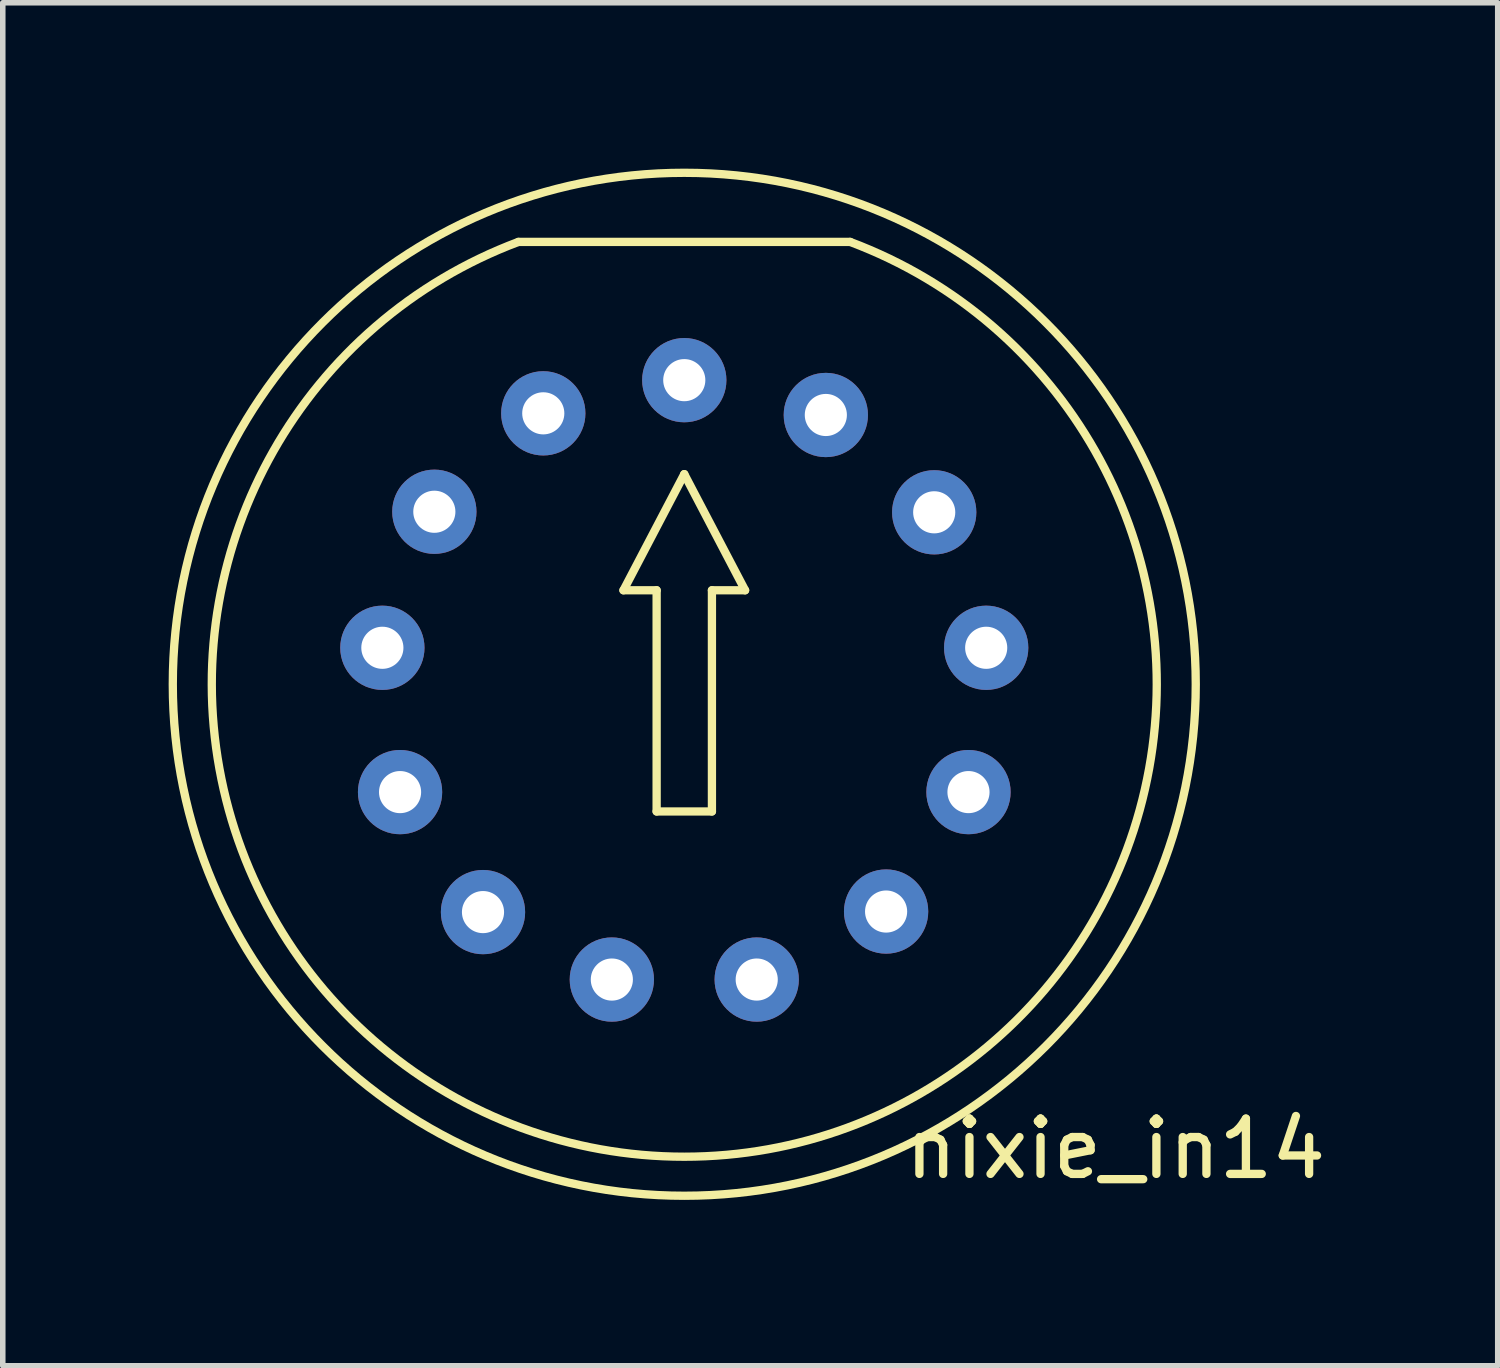
<source format=kicad_pcb>
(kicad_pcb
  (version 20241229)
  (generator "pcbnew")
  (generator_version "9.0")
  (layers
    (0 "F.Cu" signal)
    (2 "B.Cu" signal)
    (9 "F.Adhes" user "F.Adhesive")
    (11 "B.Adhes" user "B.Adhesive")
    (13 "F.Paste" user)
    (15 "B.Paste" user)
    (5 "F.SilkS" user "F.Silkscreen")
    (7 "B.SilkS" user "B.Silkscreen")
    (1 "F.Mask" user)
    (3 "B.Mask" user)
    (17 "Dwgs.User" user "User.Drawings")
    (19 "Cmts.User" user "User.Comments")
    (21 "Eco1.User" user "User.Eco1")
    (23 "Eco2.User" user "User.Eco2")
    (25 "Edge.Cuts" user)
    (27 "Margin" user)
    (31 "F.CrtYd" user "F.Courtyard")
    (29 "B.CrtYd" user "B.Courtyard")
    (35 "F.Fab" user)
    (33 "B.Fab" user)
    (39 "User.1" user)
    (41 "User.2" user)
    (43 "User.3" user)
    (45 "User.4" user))
  (footprint "nixie_in14"
    (layer "F.Cu")
    (at 9.325 9.325)
    (property "Reference" "nixie_in14" (at 7.8 8.4 0) (layer "F.SilkS") (effects (font (size 1 1) (thickness 0.15))))
    (attr through_hole)
    (fp_line (start -3 -8) (end 3 -8) (stroke (width 0.15) (type solid)) (layer "F.SilkS"))
    (fp_line (start -1.1 -1.7) (end -0.5 -1.7) (stroke (width 0.15) (type solid)) (layer "F.SilkS"))
    (fp_line (start -0.5 -1.7) (end -0.5 2.3) (stroke (width 0.15) (type solid)) (layer "F.SilkS"))
    (fp_line (start -0.5 2.3) (end 0.5 2.3) (stroke (width 0.15) (type solid)) (layer "F.SilkS"))
    (fp_line (start 0 -3.8) (end -1.1 -1.7) (stroke (width 0.15) (type solid)) (layer "F.SilkS"))
    (fp_line (start 0.5 -1.7) (end 1.1 -1.7) (stroke (width 0.15) (type solid)) (layer "F.SilkS"))
    (fp_line (start 0.5 2.3) (end 0.5 -1.7) (stroke (width 0.15) (type solid)) (layer "F.SilkS"))
    (fp_line (start 1.1 -1.7) (end 0 -3.8) (stroke (width 0.15) (type solid)) (layer "F.SilkS"))
    (fp_arc (start 3 -7.999999) (mid 0 8.544003) (end -2.999999 -7.999999) (stroke (width 0.15) (type solid)) (layer "F.SilkS"))
    (fp_circle (center 0 0) (end 9.25 0) (stroke (width 0.15) (type solid)) (fill no) (layer "F.SilkS"))
    (pad "1" thru_hole circle (at 0 -5.5) (size 1.524 1.524) (drill 0.762) (layers "*.Cu" "*.Mask"))
    (pad "2" thru_hole circle (at -2.55 -4.9) (size 1.524 1.524) (drill 0.762) (layers "*.Cu" "*.Mask"))
    (pad "3" thru_hole circle (at -4.52 -3.12) (size 1.524 1.524) (drill 0.762) (layers "*.Cu" "*.Mask"))
    (pad "4" thru_hole circle (at -5.46 -0.66) (size 1.524 1.524) (drill 0.762) (layers "*.Cu" "*.Mask"))
    (pad "5" thru_hole circle (at -5.14 1.95) (size 1.524 1.524) (drill 0.762) (layers "*.Cu" "*.Mask"))
    (pad "6" thru_hole circle (at -3.64 4.12) (size 1.524 1.524) (drill 0.762) (layers "*.Cu" "*.Mask"))
    (pad "7" thru_hole circle (at -1.31 5.34) (size 1.524 1.524) (drill 0.762) (layers "*.Cu" "*.Mask"))
    (pad "8" thru_hole circle (at 1.31 5.34) (size 1.524 1.524) (drill 0.762) (layers "*.Cu" "*.Mask"))
    (pad "9" thru_hole circle (at 3.65 4.11) (size 1.524 1.524) (drill 0.762) (layers "*.Cu" "*.Mask"))
    (pad "10" thru_hole circle (at 5.14 1.95) (size 1.524 1.524) (drill 0.762) (layers "*.Cu" "*.Mask"))
    (pad "11" thru_hole circle (at 5.46 -0.66) (size 1.524 1.524) (drill 0.762) (layers "*.Cu" "*.Mask"))
    (pad "12" thru_hole circle (at 4.52 -3.11) (size 1.524 1.524) (drill 0.762) (layers "*.Cu" "*.Mask"))
    (pad "13" thru_hole circle (at 2.56 -4.87) (size 1.524 1.524) (drill 0.762) (layers "*.Cu" "*.Mask")))
  (gr_rect
    (start -3 -3)
    (end 24.036 21.65)
    (stroke (width 0.1) (type default))
    (fill no)
    (layer "Edge.Cuts")))
</source>
